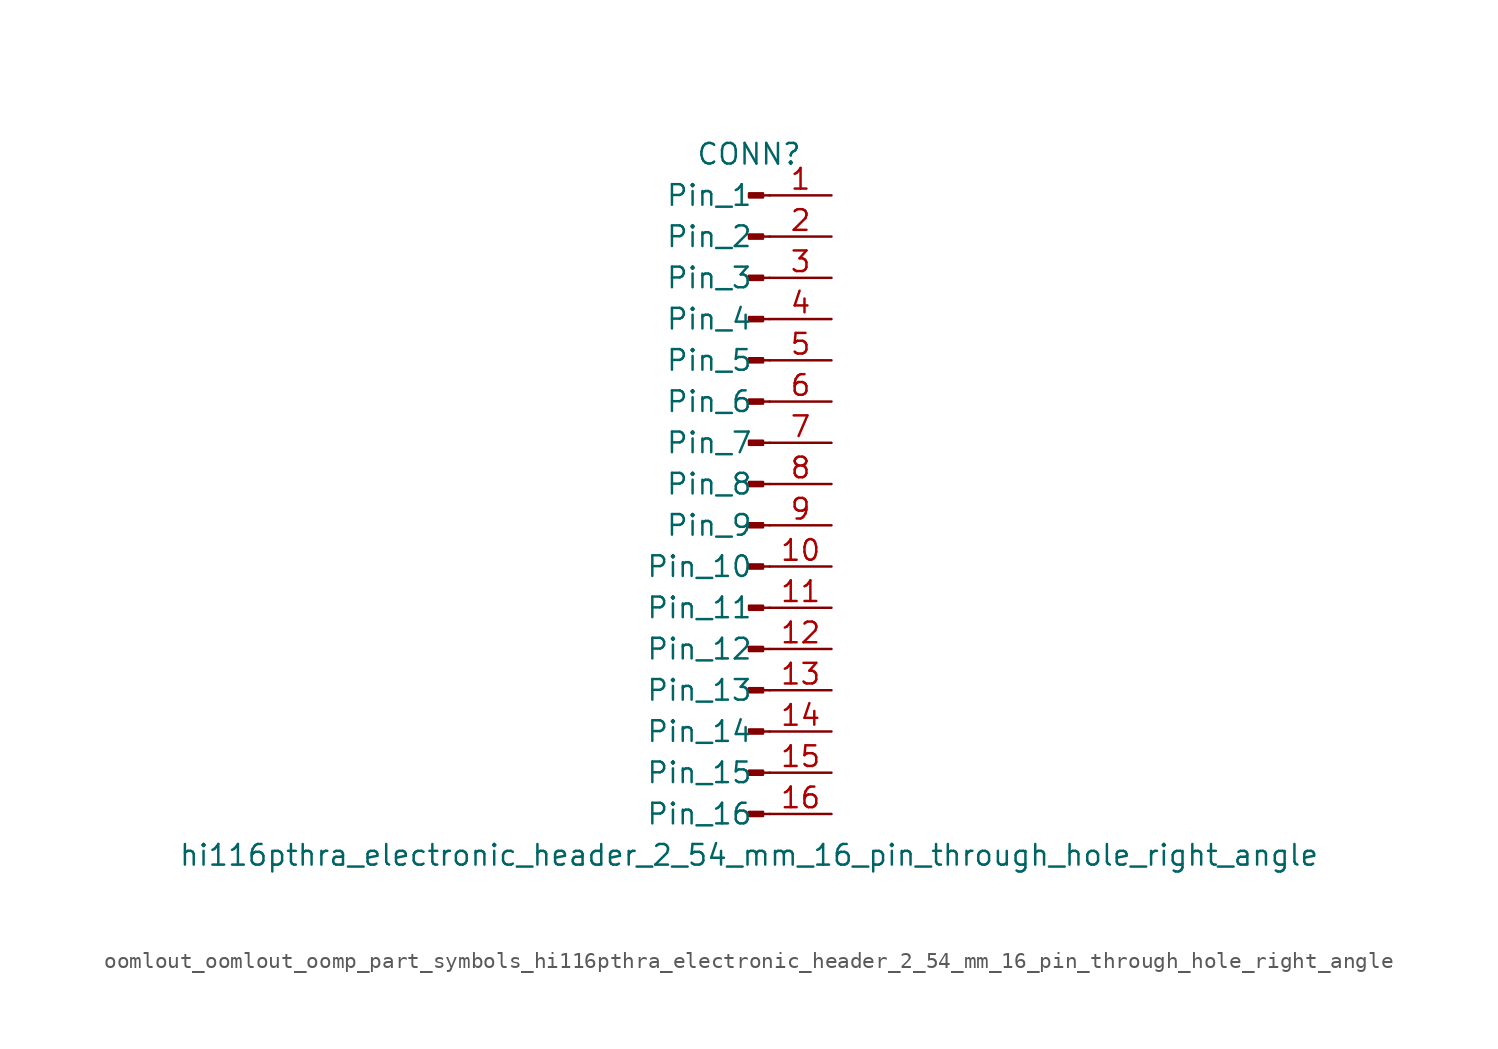
<source format=kicad_sym>
(kicad_symbol_lib
  (version 20220914)
  (generator kicad_symbol_editor)
  (symbol "oomlout_oomlout_oomp_part_symbols_hi116pthra_electronic_header_2_54_mm_16_pin_through_hole_right_angle"
    (pin_names
      (offset 1.016))
    (property "Reference" "CONN"
      (at 0 20.32 0)
      (effects (font (size 1.27 1.27))))
    (property "Value" "hi116pthra_electronic_header_2_54_mm_16_pin_through_hole_right_angle"
      (at 0 -22.86 0)
      (effects (font (size 1.27 1.27))))
    (property "ki_locked" ""
      (at 0 0 0)
      (effects (font (size 1.27 1.27))))
    (symbol "oomlout_oomlout_oomp_part_symbols_hi116pthra_electronic_header_2_54_mm_16_pin_through_hole_right_angle_1_1"
      (polyline (pts (xy 1.27 -20.32) (xy 0.864 -20.32)) (stroke (width 0.152) (type default)) (fill (type none)))
      (polyline (pts (xy 1.27 -17.78) (xy 0.864 -17.78)) (stroke (width 0.152) (type default)) (fill (type none)))
      (polyline (pts (xy 1.27 -15.24) (xy 0.864 -15.24)) (stroke (width 0.152) (type default)) (fill (type none)))
      (polyline (pts (xy 1.27 -12.7) (xy 0.864 -12.7)) (stroke (width 0.152) (type default)) (fill (type none)))
      (polyline (pts (xy 1.27 -10.16) (xy 0.864 -10.16)) (stroke (width 0.152) (type default)) (fill (type none)))
      (polyline (pts (xy 1.27 -7.62) (xy 0.864 -7.62)) (stroke (width 0.152) (type default)) (fill (type none)))
      (polyline (pts (xy 1.27 -5.08) (xy 0.864 -5.08)) (stroke (width 0.152) (type default)) (fill (type none)))
      (polyline (pts (xy 1.27 -2.54) (xy 0.864 -2.54)) (stroke (width 0.152) (type default)) (fill (type none)))
      (polyline (pts (xy 1.27 0) (xy 0.864 0)) (stroke (width 0.152) (type default)) (fill (type none)))
      (polyline (pts (xy 1.27 2.54) (xy 0.864 2.54)) (stroke (width 0.152) (type default)) (fill (type none)))
      (polyline (pts (xy 1.27 5.08) (xy 0.864 5.08)) (stroke (width 0.152) (type default)) (fill (type none)))
      (polyline (pts (xy 1.27 7.62) (xy 0.864 7.62)) (stroke (width 0.152) (type default)) (fill (type none)))
      (polyline (pts (xy 1.27 10.16) (xy 0.864 10.16)) (stroke (width 0.152) (type default)) (fill (type none)))
      (polyline (pts (xy 1.27 12.7) (xy 0.864 12.7)) (stroke (width 0.152) (type default)) (fill (type none)))
      (polyline (pts (xy 1.27 15.24) (xy 0.864 15.24)) (stroke (width 0.152) (type default)) (fill (type none)))
      (polyline (pts (xy 1.27 17.78) (xy 0.864 17.78)) (stroke (width 0.152) (type default)) (fill (type none)))
      (rectangle (start 0.864 -20.193) (end 0 -20.447) (stroke (width 0.152) (type default)) (fill (type outline)))
      (rectangle (start 0.864 -17.653) (end 0 -17.907) (stroke (width 0.152) (type default)) (fill (type outline)))
      (rectangle (start 0.864 -15.113) (end 0 -15.367) (stroke (width 0.152) (type default)) (fill (type outline)))
      (rectangle (start 0.864 -12.573) (end 0 -12.827) (stroke (width 0.152) (type default)) (fill (type outline)))
      (rectangle (start 0.864 -10.033) (end 0 -10.287) (stroke (width 0.152) (type default)) (fill (type outline)))
      (rectangle (start 0.864 -7.493) (end 0 -7.747) (stroke (width 0.152) (type default)) (fill (type outline)))
      (rectangle (start 0.864 -4.953) (end 0 -5.207) (stroke (width 0.152) (type default)) (fill (type outline)))
      (rectangle (start 0.864 -2.413) (end 0 -2.667) (stroke (width 0.152) (type default)) (fill (type outline)))
      (rectangle (start 0.864 0.127) (end 0 -0.127) (stroke (width 0.152) (type default)) (fill (type outline)))
      (rectangle (start 0.864 2.667) (end 0 2.413) (stroke (width 0.152) (type default)) (fill (type outline)))
      (rectangle (start 0.864 5.207) (end 0 4.953) (stroke (width 0.152) (type default)) (fill (type outline)))
      (rectangle (start 0.864 7.747) (end 0 7.493) (stroke (width 0.152) (type default)) (fill (type outline)))
      (rectangle (start 0.864 10.287) (end 0 10.033) (stroke (width 0.152) (type default)) (fill (type outline)))
      (rectangle (start 0.864 12.827) (end 0 12.573) (stroke (width 0.152) (type default)) (fill (type outline)))
      (rectangle (start 0.864 15.367) (end 0 15.113) (stroke (width 0.152) (type default)) (fill (type outline)))
      (rectangle (start 0.864 17.907) (end 0 17.653) (stroke (width 0.152) (type default)) (fill (type outline)))
      (pin passive line (at 5.08 17.78 180) (length 3.81) (name "Pin_1" (effects (font (size 1.27 1.27)))) (number "1" (effects (font (size 1.27 1.27)))))
      (pin passive line (at 5.08 -5.08 180) (length 3.81) (name "Pin_10" (effects (font (size 1.27 1.27)))) (number "10" (effects (font (size 1.27 1.27)))))
      (pin passive line (at 5.08 -7.62 180) (length 3.81) (name "Pin_11" (effects (font (size 1.27 1.27)))) (number "11" (effects (font (size 1.27 1.27)))))
      (pin passive line (at 5.08 -10.16 180) (length 3.81) (name "Pin_12" (effects (font (size 1.27 1.27)))) (number "12" (effects (font (size 1.27 1.27)))))
      (pin passive line (at 5.08 -12.7 180) (length 3.81) (name "Pin_13" (effects (font (size 1.27 1.27)))) (number "13" (effects (font (size 1.27 1.27)))))
      (pin passive line (at 5.08 -15.24 180) (length 3.81) (name "Pin_14" (effects (font (size 1.27 1.27)))) (number "14" (effects (font (size 1.27 1.27)))))
      (pin passive line (at 5.08 -17.78 180) (length 3.81) (name "Pin_15" (effects (font (size 1.27 1.27)))) (number "15" (effects (font (size 1.27 1.27)))))
      (pin passive line (at 5.08 -20.32 180) (length 3.81) (name "Pin_16" (effects (font (size 1.27 1.27)))) (number "16" (effects (font (size 1.27 1.27)))))
      (pin passive line (at 5.08 15.24 180) (length 3.81) (name "Pin_2" (effects (font (size 1.27 1.27)))) (number "2" (effects (font (size 1.27 1.27)))))
      (pin passive line (at 5.08 12.7 180) (length 3.81) (name "Pin_3" (effects (font (size 1.27 1.27)))) (number "3" (effects (font (size 1.27 1.27)))))
      (pin passive line (at 5.08 10.16 180) (length 3.81) (name "Pin_4" (effects (font (size 1.27 1.27)))) (number "4" (effects (font (size 1.27 1.27)))))
      (pin passive line (at 5.08 7.62 180) (length 3.81) (name "Pin_5" (effects (font (size 1.27 1.27)))) (number "5" (effects (font (size 1.27 1.27)))))
      (pin passive line (at 5.08 5.08 180) (length 3.81) (name "Pin_6" (effects (font (size 1.27 1.27)))) (number "6" (effects (font (size 1.27 1.27)))))
      (pin passive line (at 5.08 2.54 180) (length 3.81) (name "Pin_7" (effects (font (size 1.27 1.27)))) (number "7" (effects (font (size 1.27 1.27)))))
      (pin passive line (at 5.08 0 180) (length 3.81) (name "Pin_8" (effects (font (size 1.27 1.27)))) (number "8" (effects (font (size 1.27 1.27)))))
      (pin passive line (at 5.08 -2.54 180) (length 3.81) (name "Pin_9" (effects (font (size 1.27 1.27)))) (number "9" (effects (font (size 1.27 1.27))))))))
</source>
